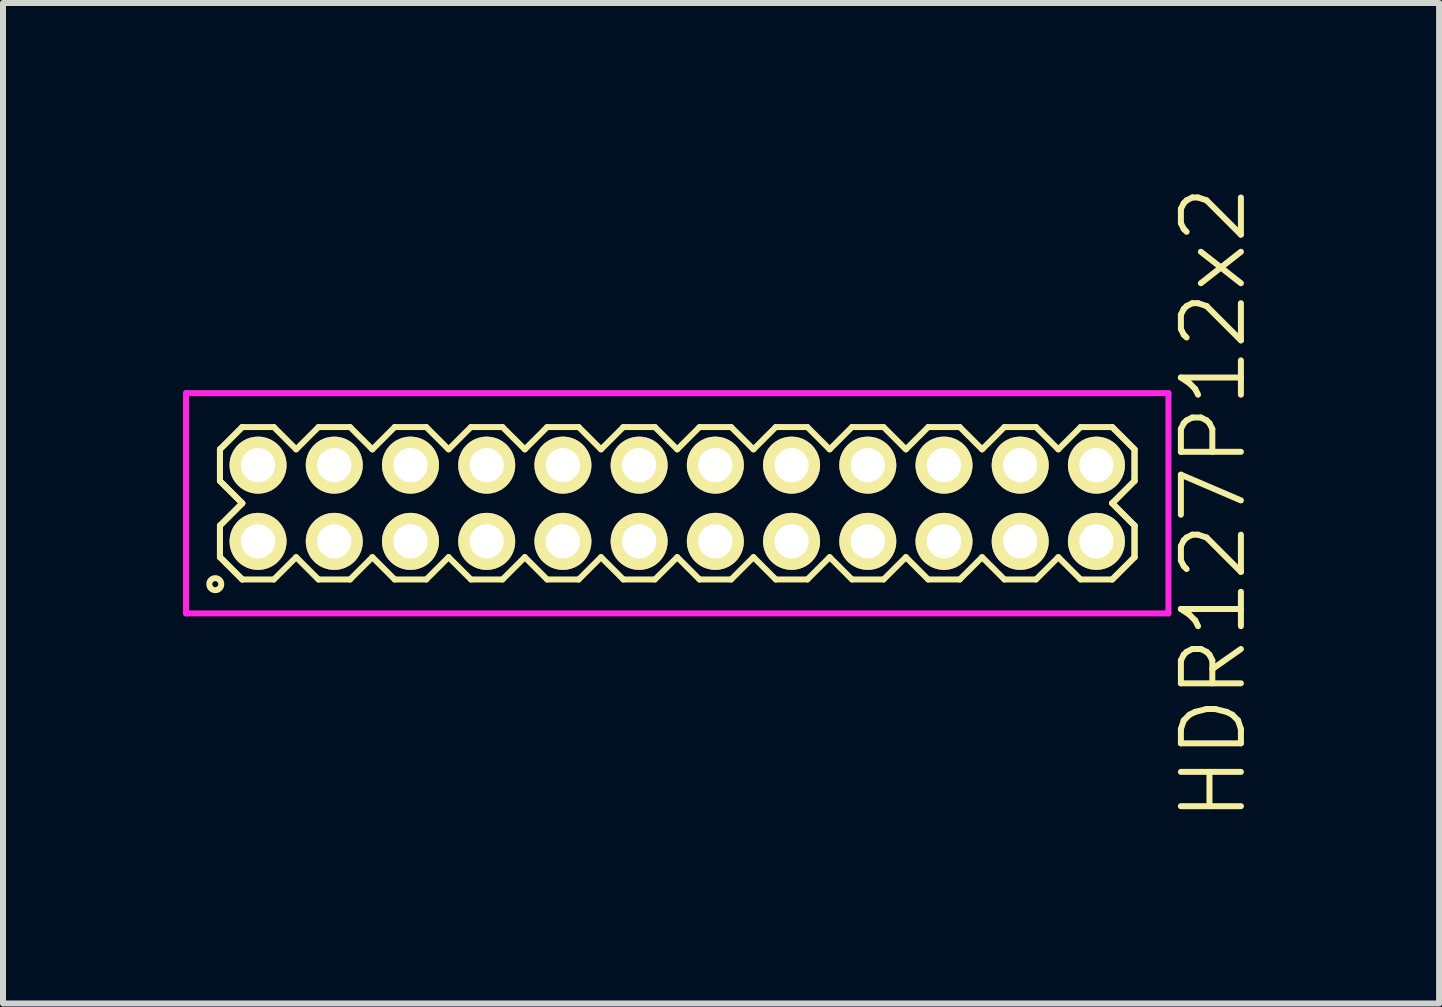
<source format=kicad_pcb>
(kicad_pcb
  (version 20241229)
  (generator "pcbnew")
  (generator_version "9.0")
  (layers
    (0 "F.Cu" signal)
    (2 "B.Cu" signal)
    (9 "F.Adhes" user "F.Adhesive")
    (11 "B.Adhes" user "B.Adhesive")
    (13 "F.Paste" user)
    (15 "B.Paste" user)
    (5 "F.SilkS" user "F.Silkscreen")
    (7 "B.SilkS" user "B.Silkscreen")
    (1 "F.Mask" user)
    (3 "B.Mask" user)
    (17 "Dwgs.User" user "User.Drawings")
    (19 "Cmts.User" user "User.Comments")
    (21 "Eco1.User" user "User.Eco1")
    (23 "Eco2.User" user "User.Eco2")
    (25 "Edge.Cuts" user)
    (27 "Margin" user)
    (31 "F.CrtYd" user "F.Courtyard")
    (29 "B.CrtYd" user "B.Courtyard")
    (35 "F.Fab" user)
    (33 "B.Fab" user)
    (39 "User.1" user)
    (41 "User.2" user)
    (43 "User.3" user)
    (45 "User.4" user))
  (footprint "HDR127P12x2"
    (layer "F.Cu")
    (at 8.235 5.336)
    (property "Reference" "HDR127P12x2" (at 8.935 0 90) (layer "F.SilkS") (effects (font (size 1 1) (thickness 0.1))))
    (attr through_hole)
    (fp_line (start -7.62 -0.898) (end -7.248 -1.27) (stroke (width 0.1) (type solid)) (layer "F.SilkS"))
    (fp_line (start -7.62 -0.898) (end -7.248 -1.27) (stroke (width 0.1) (type solid)) (layer "F.SilkS"))
    (fp_line (start -7.62 -0.372) (end -7.62 -0.898) (stroke (width 0.1) (type solid)) (layer "F.SilkS"))
    (fp_line (start -7.62 -0.372) (end -7.62 -0.898) (stroke (width 0.1) (type solid)) (layer "F.SilkS"))
    (fp_line (start -7.62 0.372) (end -7.248 0) (stroke (width 0.1) (type solid)) (layer "F.SilkS"))
    (fp_line (start -7.62 0.372) (end -7.248 0) (stroke (width 0.1) (type solid)) (layer "F.SilkS"))
    (fp_line (start -7.62 0.898) (end -7.62 0.372) (stroke (width 0.1) (type solid)) (layer "F.SilkS"))
    (fp_line (start -7.62 0.898) (end -7.62 0.372) (stroke (width 0.1) (type solid)) (layer "F.SilkS"))
    (fp_line (start -7.248 -1.27) (end -6.722 -1.27) (stroke (width 0.1) (type solid)) (layer "F.SilkS"))
    (fp_line (start -7.248 0) (end -7.62 -0.372) (stroke (width 0.1) (type solid)) (layer "F.SilkS"))
    (fp_line (start -7.248 0) (end -7.62 -0.372) (stroke (width 0.1) (type solid)) (layer "F.SilkS"))
    (fp_line (start -7.248 1.27) (end -7.62 0.898) (stroke (width 0.1) (type solid)) (layer "F.SilkS"))
    (fp_line (start -7.248 1.27) (end -7.62 0.898) (stroke (width 0.1) (type solid)) (layer "F.SilkS"))
    (fp_line (start -6.722 -1.27) (end -6.35 -0.898) (stroke (width 0.1) (type solid)) (layer "F.SilkS"))
    (fp_line (start -6.722 1.27) (end -7.248 1.27) (stroke (width 0.1) (type solid)) (layer "F.SilkS"))
    (fp_line (start -6.35 -0.898) (end -5.978 -1.27) (stroke (width 0.1) (type solid)) (layer "F.SilkS"))
    (fp_line (start -6.35 0.898) (end -6.722 1.27) (stroke (width 0.1) (type solid)) (layer "F.SilkS"))
    (fp_line (start -5.978 -1.27) (end -5.452 -1.27) (stroke (width 0.1) (type solid)) (layer "F.SilkS"))
    (fp_line (start -5.978 1.27) (end -6.35 0.898) (stroke (width 0.1) (type solid)) (layer "F.SilkS"))
    (fp_line (start -5.452 -1.27) (end -5.08 -0.898) (stroke (width 0.1) (type solid)) (layer "F.SilkS"))
    (fp_line (start -5.452 1.27) (end -5.978 1.27) (stroke (width 0.1) (type solid)) (layer "F.SilkS"))
    (fp_line (start -5.08 -0.898) (end -4.708 -1.27) (stroke (width 0.1) (type solid)) (layer "F.SilkS"))
    (fp_line (start -5.08 0.898) (end -5.452 1.27) (stroke (width 0.1) (type solid)) (layer "F.SilkS"))
    (fp_line (start -4.708 -1.27) (end -4.182 -1.27) (stroke (width 0.1) (type solid)) (layer "F.SilkS"))
    (fp_line (start -4.708 1.27) (end -5.08 0.898) (stroke (width 0.1) (type solid)) (layer "F.SilkS"))
    (fp_line (start -4.182 -1.27) (end -3.81 -0.898) (stroke (width 0.1) (type solid)) (layer "F.SilkS"))
    (fp_line (start -4.182 1.27) (end -4.708 1.27) (stroke (width 0.1) (type solid)) (layer "F.SilkS"))
    (fp_line (start -3.81 -0.898) (end -3.438 -1.27) (stroke (width 0.1) (type solid)) (layer "F.SilkS"))
    (fp_line (start -3.81 0.898) (end -4.182 1.27) (stroke (width 0.1) (type solid)) (layer "F.SilkS"))
    (fp_line (start -3.438 -1.27) (end -2.912 -1.27) (stroke (width 0.1) (type solid)) (layer "F.SilkS"))
    (fp_line (start -3.438 1.27) (end -3.81 0.898) (stroke (width 0.1) (type solid)) (layer "F.SilkS"))
    (fp_line (start -2.912 -1.27) (end -2.54 -0.898) (stroke (width 0.1) (type solid)) (layer "F.SilkS"))
    (fp_line (start -2.912 1.27) (end -3.438 1.27) (stroke (width 0.1) (type solid)) (layer "F.SilkS"))
    (fp_line (start -2.54 -0.898) (end -2.168 -1.27) (stroke (width 0.1) (type solid)) (layer "F.SilkS"))
    (fp_line (start -2.54 0.898) (end -2.912 1.27) (stroke (width 0.1) (type solid)) (layer "F.SilkS"))
    (fp_line (start -2.168 -1.27) (end -1.642 -1.27) (stroke (width 0.1) (type solid)) (layer "F.SilkS"))
    (fp_line (start -2.168 1.27) (end -2.54 0.898) (stroke (width 0.1) (type solid)) (layer "F.SilkS"))
    (fp_line (start -1.642 -1.27) (end -1.27 -0.898) (stroke (width 0.1) (type solid)) (layer "F.SilkS"))
    (fp_line (start -1.642 1.27) (end -2.168 1.27) (stroke (width 0.1) (type solid)) (layer "F.SilkS"))
    (fp_line (start -1.27 -0.898) (end -0.898 -1.27) (stroke (width 0.1) (type solid)) (layer "F.SilkS"))
    (fp_line (start -1.27 0.898) (end -1.642 1.27) (stroke (width 0.1) (type solid)) (layer "F.SilkS"))
    (fp_line (start -0.898 -1.27) (end -0.372 -1.27) (stroke (width 0.1) (type solid)) (layer "F.SilkS"))
    (fp_line (start -0.898 1.27) (end -1.27 0.898) (stroke (width 0.1) (type solid)) (layer "F.SilkS"))
    (fp_line (start -0.372 -1.27) (end 0 -0.898) (stroke (width 0.1) (type solid)) (layer "F.SilkS"))
    (fp_line (start -0.372 1.27) (end -0.898 1.27) (stroke (width 0.1) (type solid)) (layer "F.SilkS"))
    (fp_line (start 0 -0.898) (end 0.372 -1.27) (stroke (width 0.1) (type solid)) (layer "F.SilkS"))
    (fp_line (start 0 0.898) (end -0.372 1.27) (stroke (width 0.1) (type solid)) (layer "F.SilkS"))
    (fp_line (start 0.372 -1.27) (end 0.898 -1.27) (stroke (width 0.1) (type solid)) (layer "F.SilkS"))
    (fp_line (start 0.372 1.27) (end 0 0.898) (stroke (width 0.1) (type solid)) (layer "F.SilkS"))
    (fp_line (start 0.898 -1.27) (end 1.27 -0.898) (stroke (width 0.1) (type solid)) (layer "F.SilkS"))
    (fp_line (start 0.898 1.27) (end 0.372 1.27) (stroke (width 0.1) (type solid)) (layer "F.SilkS"))
    (fp_line (start 1.27 -0.898) (end 1.642 -1.27) (stroke (width 0.1) (type solid)) (layer "F.SilkS"))
    (fp_line (start 1.27 0.898) (end 0.898 1.27) (stroke (width 0.1) (type solid)) (layer "F.SilkS"))
    (fp_line (start 1.642 -1.27) (end 2.168 -1.27) (stroke (width 0.1) (type solid)) (layer "F.SilkS"))
    (fp_line (start 1.642 1.27) (end 1.27 0.898) (stroke (width 0.1) (type solid)) (layer "F.SilkS"))
    (fp_line (start 2.168 -1.27) (end 2.54 -0.898) (stroke (width 0.1) (type solid)) (layer "F.SilkS"))
    (fp_line (start 2.168 1.27) (end 1.642 1.27) (stroke (width 0.1) (type solid)) (layer "F.SilkS"))
    (fp_line (start 2.54 -0.898) (end 2.912 -1.27) (stroke (width 0.1) (type solid)) (layer "F.SilkS"))
    (fp_line (start 2.54 0.898) (end 2.168 1.27) (stroke (width 0.1) (type solid)) (layer "F.SilkS"))
    (fp_line (start 2.912 -1.27) (end 3.438 -1.27) (stroke (width 0.1) (type solid)) (layer "F.SilkS"))
    (fp_line (start 2.912 1.27) (end 2.54 0.898) (stroke (width 0.1) (type solid)) (layer "F.SilkS"))
    (fp_line (start 3.438 -1.27) (end 3.81 -0.898) (stroke (width 0.1) (type solid)) (layer "F.SilkS"))
    (fp_line (start 3.438 1.27) (end 2.912 1.27) (stroke (width 0.1) (type solid)) (layer "F.SilkS"))
    (fp_line (start 3.81 -0.898) (end 4.182 -1.27) (stroke (width 0.1) (type solid)) (layer "F.SilkS"))
    (fp_line (start 3.81 0.898) (end 3.438 1.27) (stroke (width 0.1) (type solid)) (layer "F.SilkS"))
    (fp_line (start 4.182 -1.27) (end 4.708 -1.27) (stroke (width 0.1) (type solid)) (layer "F.SilkS"))
    (fp_line (start 4.182 1.27) (end 3.81 0.898) (stroke (width 0.1) (type solid)) (layer "F.SilkS"))
    (fp_line (start 4.708 -1.27) (end 5.08 -0.898) (stroke (width 0.1) (type solid)) (layer "F.SilkS"))
    (fp_line (start 4.708 1.27) (end 4.182 1.27) (stroke (width 0.1) (type solid)) (layer "F.SilkS"))
    (fp_line (start 5.08 -0.898) (end 5.452 -1.27) (stroke (width 0.1) (type solid)) (layer "F.SilkS"))
    (fp_line (start 5.08 0.898) (end 4.708 1.27) (stroke (width 0.1) (type solid)) (layer "F.SilkS"))
    (fp_line (start 5.452 -1.27) (end 5.978 -1.27) (stroke (width 0.1) (type solid)) (layer "F.SilkS"))
    (fp_line (start 5.452 1.27) (end 5.08 0.898) (stroke (width 0.1) (type solid)) (layer "F.SilkS"))
    (fp_line (start 5.978 -1.27) (end 6.35 -0.898) (stroke (width 0.1) (type solid)) (layer "F.SilkS"))
    (fp_line (start 5.978 1.27) (end 5.452 1.27) (stroke (width 0.1) (type solid)) (layer "F.SilkS"))
    (fp_line (start 6.35 -0.898) (end 6.722 -1.27) (stroke (width 0.1) (type solid)) (layer "F.SilkS"))
    (fp_line (start 6.35 0.898) (end 5.978 1.27) (stroke (width 0.1) (type solid)) (layer "F.SilkS"))
    (fp_line (start 6.722 -1.27) (end 7.248 -1.27) (stroke (width 0.1) (type solid)) (layer "F.SilkS"))
    (fp_line (start 6.722 1.27) (end 6.35 0.898) (stroke (width 0.1) (type solid)) (layer "F.SilkS"))
    (fp_line (start 7.248 -1.27) (end 7.62 -0.898) (stroke (width 0.1) (type solid)) (layer "F.SilkS"))
    (fp_line (start 7.248 -1.27) (end 7.62 -0.898) (stroke (width 0.1) (type solid)) (layer "F.SilkS"))
    (fp_line (start 7.248 0) (end 7.62 0.372) (stroke (width 0.1) (type solid)) (layer "F.SilkS"))
    (fp_line (start 7.248 0) (end 7.62 0.372) (stroke (width 0.1) (type solid)) (layer "F.SilkS"))
    (fp_line (start 7.248 1.27) (end 6.722 1.27) (stroke (width 0.1) (type solid)) (layer "F.SilkS"))
    (fp_line (start 7.62 -0.898) (end 7.62 -0.372) (stroke (width 0.1) (type solid)) (layer "F.SilkS"))
    (fp_line (start 7.62 -0.898) (end 7.62 -0.372) (stroke (width 0.1) (type solid)) (layer "F.SilkS"))
    (fp_line (start 7.62 -0.372) (end 7.248 0) (stroke (width 0.1) (type solid)) (layer "F.SilkS"))
    (fp_line (start 7.62 -0.372) (end 7.248 0) (stroke (width 0.1) (type solid)) (layer "F.SilkS"))
    (fp_line (start 7.62 0.372) (end 7.62 0.898) (stroke (width 0.1) (type solid)) (layer "F.SilkS"))
    (fp_line (start 7.62 0.372) (end 7.62 0.898) (stroke (width 0.1) (type solid)) (layer "F.SilkS"))
    (fp_line (start 7.62 0.898) (end 7.248 1.27) (stroke (width 0.1) (type solid)) (layer "F.SilkS"))
    (fp_line (start 7.62 0.898) (end 7.248 1.27) (stroke (width 0.1) (type solid)) (layer "F.SilkS"))
    (fp_circle (center -7.698 1.348) (end -7.598 1.348) (stroke (width 0.1) (type solid)) (fill no) (layer "F.SilkS"))
    (fp_line (start -8.185 -1.835) (end -8.185 1.835) (stroke (width 0.1) (type solid)) (layer "F.CrtYd"))
    (fp_line (start -8.185 1.835) (end 8.185 1.835) (stroke (width 0.1) (type solid)) (layer "F.CrtYd"))
    (fp_line (start 8.185 -1.835) (end -8.185 -1.835) (stroke (width 0.1) (type solid)) (layer "F.CrtYd"))
    (fp_line (start 8.185 1.835) (end 8.185 -1.835) (stroke (width 0.1) (type solid)) (layer "F.CrtYd"))
    (pad "1" thru_hole oval (at -6.985 0.635) (size 0.95 0.95) (drill 0.57) (layers "*.Cu" "*.Mask" "F.SilkS"))
    (pad "2" thru_hole oval (at -6.985 -0.635) (size 0.95 0.95) (drill 0.57) (layers "*.Cu" "*.Mask" "F.SilkS"))
    (pad "3" thru_hole oval (at -5.715 0.635) (size 0.95 0.95) (drill 0.57) (layers "*.Cu" "*.Mask" "F.SilkS"))
    (pad "4" thru_hole oval (at -5.715 -0.635) (size 0.95 0.95) (drill 0.57) (layers "*.Cu" "*.Mask" "F.SilkS"))
    (pad "5" thru_hole oval (at -4.445 0.635) (size 0.95 0.95) (drill 0.57) (layers "*.Cu" "*.Mask" "F.SilkS"))
    (pad "6" thru_hole oval (at -4.445 -0.635) (size 0.95 0.95) (drill 0.57) (layers "*.Cu" "*.Mask" "F.SilkS"))
    (pad "7" thru_hole oval (at -3.175 0.635) (size 0.95 0.95) (drill 0.57) (layers "*.Cu" "*.Mask" "F.SilkS"))
    (pad "8" thru_hole oval (at -3.175 -0.635) (size 0.95 0.95) (drill 0.57) (layers "*.Cu" "*.Mask" "F.SilkS"))
    (pad "9" thru_hole oval (at -1.905 0.635) (size 0.95 0.95) (drill 0.57) (layers "*.Cu" "*.Mask" "F.SilkS"))
    (pad "10" thru_hole oval (at -1.905 -0.635) (size 0.95 0.95) (drill 0.57) (layers "*.Cu" "*.Mask" "F.SilkS"))
    (pad "11" thru_hole oval (at -0.635 0.635) (size 0.95 0.95) (drill 0.57) (layers "*.Cu" "*.Mask" "F.SilkS"))
    (pad "12" thru_hole oval (at -0.635 -0.635) (size 0.95 0.95) (drill 0.57) (layers "*.Cu" "*.Mask" "F.SilkS"))
    (pad "13" thru_hole oval (at 0.635 0.635) (size 0.95 0.95) (drill 0.57) (layers "*.Cu" "*.Mask" "F.SilkS"))
    (pad "14" thru_hole oval (at 0.635 -0.635) (size 0.95 0.95) (drill 0.57) (layers "*.Cu" "*.Mask" "F.SilkS"))
    (pad "15" thru_hole oval (at 1.905 0.635) (size 0.95 0.95) (drill 0.57) (layers "*.Cu" "*.Mask" "F.SilkS"))
    (pad "16" thru_hole oval (at 1.905 -0.635) (size 0.95 0.95) (drill 0.57) (layers "*.Cu" "*.Mask" "F.SilkS"))
    (pad "17" thru_hole oval (at 3.175 0.635) (size 0.95 0.95) (drill 0.57) (layers "*.Cu" "*.Mask" "F.SilkS"))
    (pad "18" thru_hole oval (at 3.175 -0.635) (size 0.95 0.95) (drill 0.57) (layers "*.Cu" "*.Mask" "F.SilkS"))
    (pad "19" thru_hole oval (at 4.445 0.635) (size 0.95 0.95) (drill 0.57) (layers "*.Cu" "*.Mask" "F.SilkS"))
    (pad "20" thru_hole oval (at 4.445 -0.635) (size 0.95 0.95) (drill 0.57) (layers "*.Cu" "*.Mask" "F.SilkS"))
    (pad "21" thru_hole oval (at 5.715 0.635) (size 0.95 0.95) (drill 0.57) (layers "*.Cu" "*.Mask" "F.SilkS"))
    (pad "22" thru_hole oval (at 5.715 -0.635) (size 0.95 0.95) (drill 0.57) (layers "*.Cu" "*.Mask" "F.SilkS"))
    (pad "23" thru_hole oval (at 6.985 0.635) (size 0.95 0.95) (drill 0.57) (layers "*.Cu" "*.Mask" "F.SilkS"))
    (pad "24" thru_hole oval (at 6.985 -0.635) (size 0.95 0.95) (drill 0.57) (layers "*.Cu" "*.Mask" "F.SilkS")))
  (gr_rect
    (start -3 -3)
    (end 20.93 13.671)
    (stroke (width 0.1) (type default))
    (fill no)
    (layer "Edge.Cuts")))
</source>
